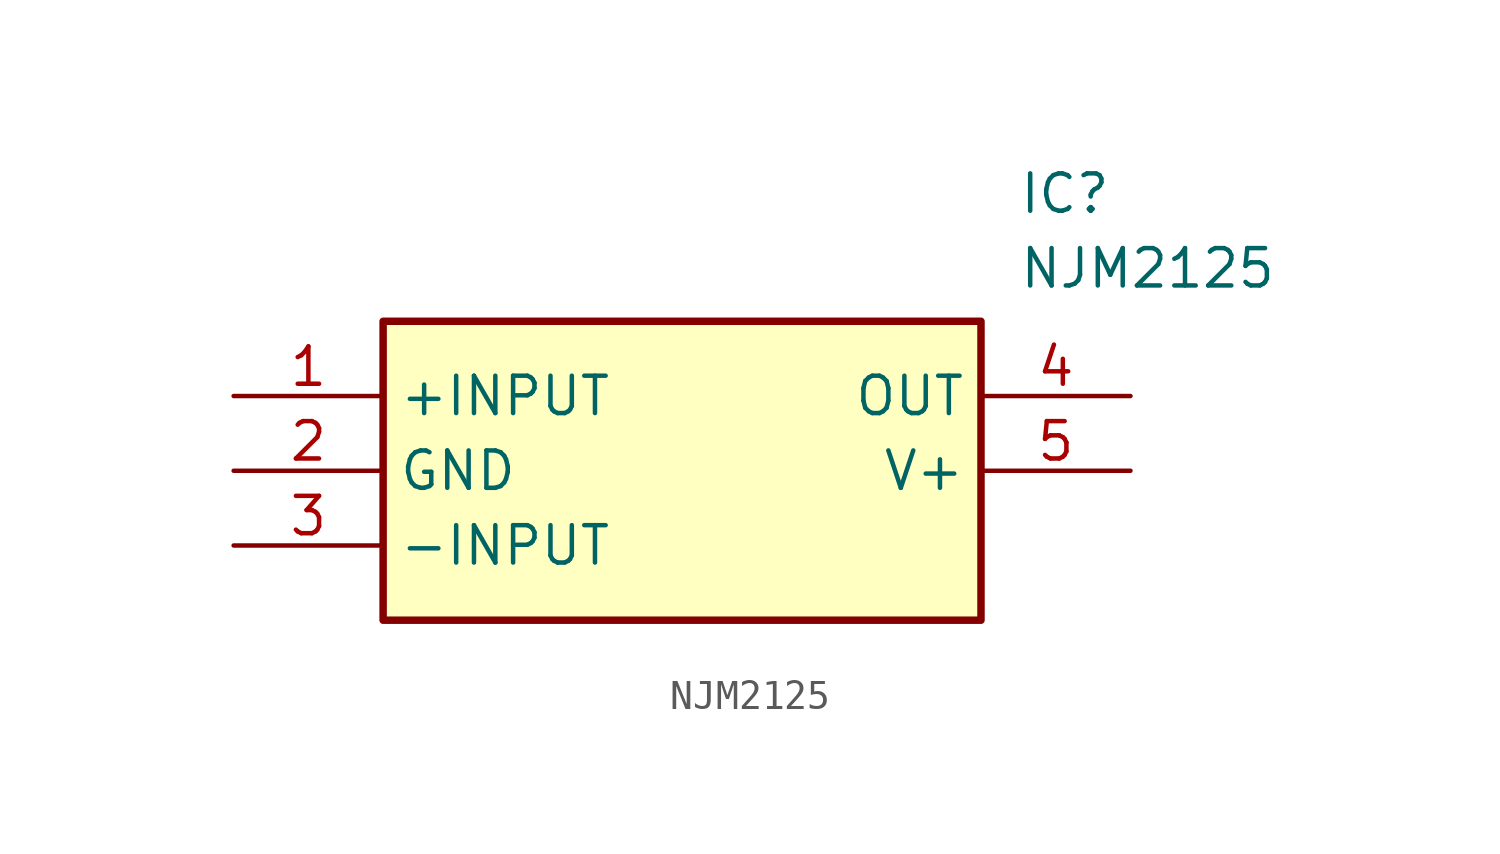
<source format=kicad_sym>
(kicad_symbol_lib
  (version 20241209)
  (generator "kicad_symbol_editor")
  (generator_version "9.0")
  (symbol "NJM2125"
    (property "Reference" "IC"
      (at 26.67 7.62 0)
      (effects (font (size 1.27 1.27)) (justify left top)))
    (property "Value" "NJM2125"
      (at 26.67 5.08 0)
      (effects (font (size 1.27 1.27)) (justify left top)))
    (symbol "NJM2125_1_1"
      (rectangle (start 5.08 2.54) (end 25.4 -7.62) (stroke (width 0.254) (type default)) (fill (type background)))
      (pin passive line (at 0 0 0) (length 5.08) (name "+INPUT" (effects (font (size 1.27 1.27)))) (number "1" (effects (font (size 1.27 1.27)))))
      (pin passive line (at 0 -2.54 0) (length 5.08) (name "GND" (effects (font (size 1.27 1.27)))) (number "2" (effects (font (size 1.27 1.27)))))
      (pin passive line (at 0 -5.08 0) (length 5.08) (name "-INPUT" (effects (font (size 1.27 1.27)))) (number "3" (effects (font (size 1.27 1.27)))))
      (pin passive line (at 30.48 0 180) (length 5.08) (name "OUT" (effects (font (size 1.27 1.27)))) (number "4" (effects (font (size 1.27 1.27)))))
      (pin passive line (at 30.48 -2.54 180) (length 5.08) (name "V+" (effects (font (size 1.27 1.27)))) (number "5" (effects (font (size 1.27 1.27))))))))
</source>
